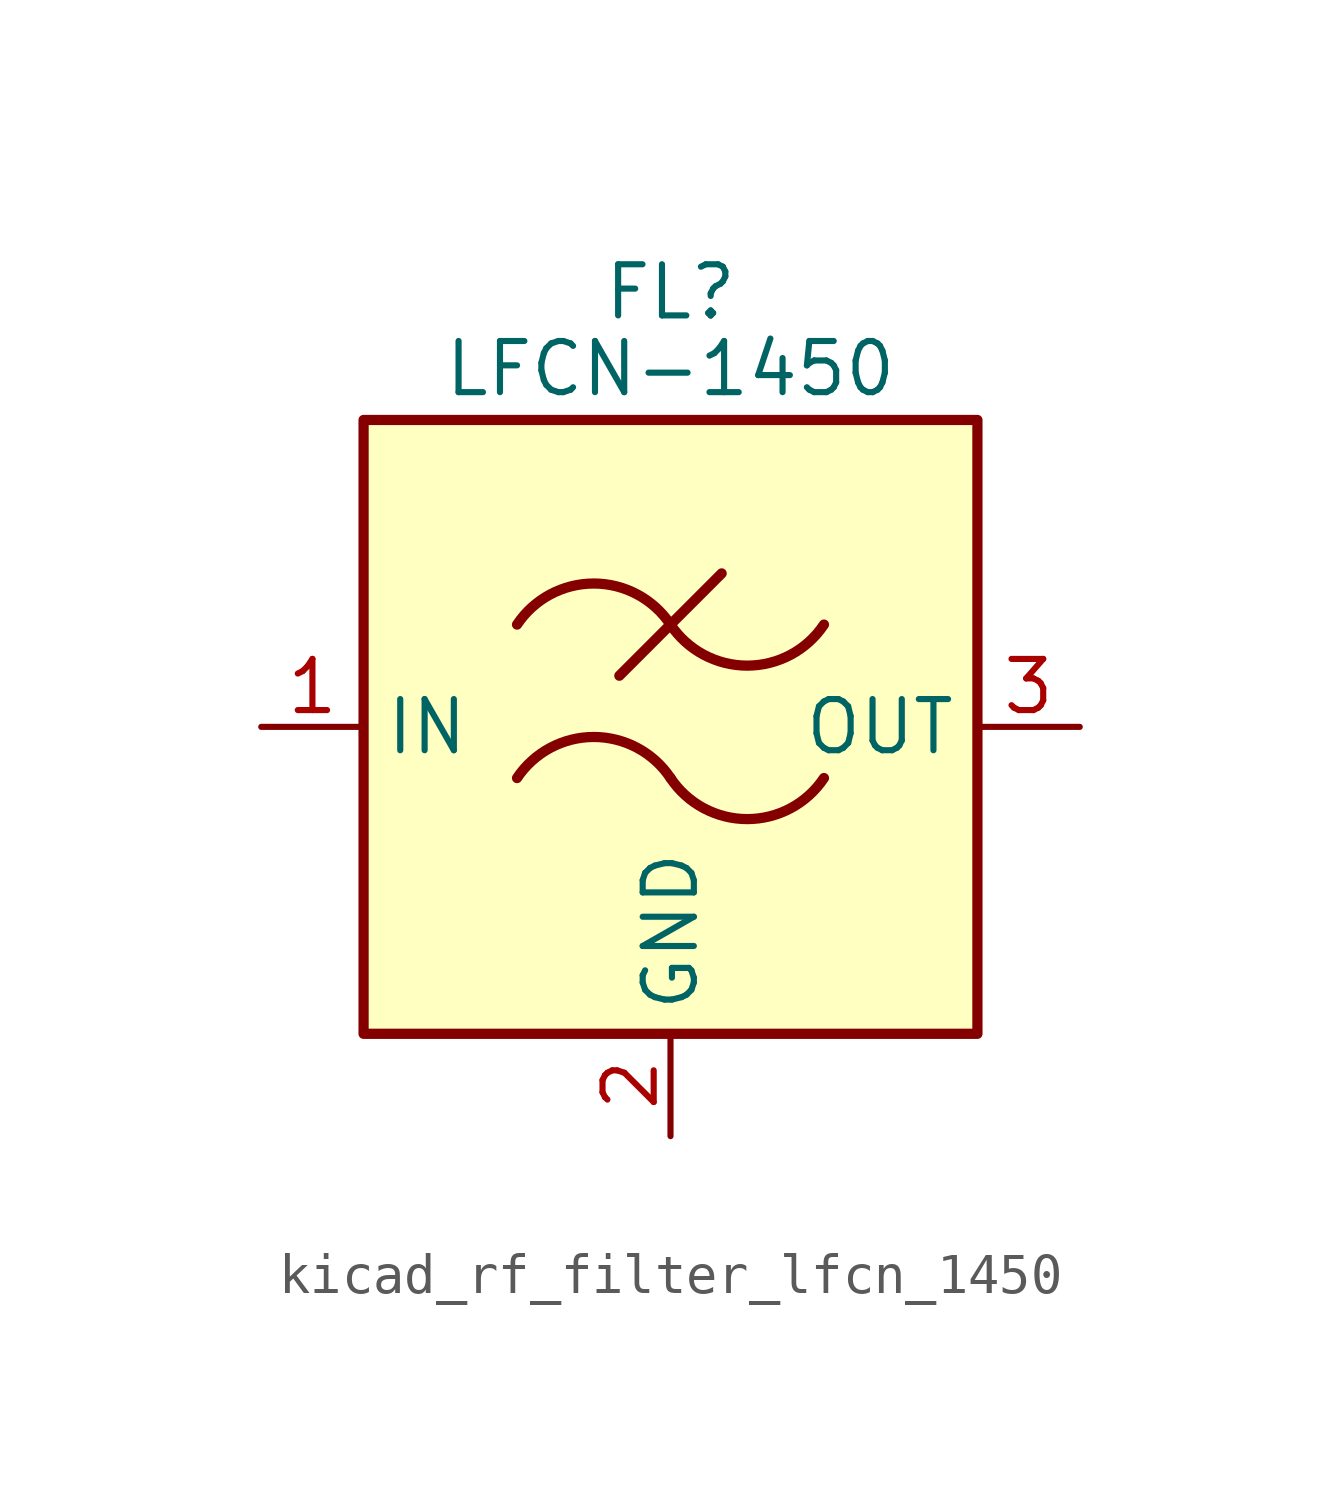
<source format=kicad_sym>
(kicad_symbol_lib
  (version 20220914)
  (generator kicad_symbol_editor)
  (symbol "kicad_rf_filter_lfcn_1450"
    (property "Reference" "FL"
      (at 0 10.795 0)
      (effects (font (size 1.27 1.27))))
    (property "Value" "LFCN-1450"
      (at 0 8.89 0)
      (effects (font (size 1.27 1.27))))
    (symbol "kicad_rf_filter_lfcn_1450_0_1"
      (rectangle (start -7.62 7.62) (end 7.62 -7.62) (stroke (width 0.254) (type default)) (fill (type background)))
      (arc (start 0 -1.27) (mid -1.905 -0.2505) (end -3.81 -1.27) (stroke (width 0.254) (type default)) (fill (type none)))
      (arc (start 0 -1.27) (mid 1.905 -2.2895) (end 3.81 -1.27) (stroke (width 0.254) (type default)) (fill (type none)))
      (polyline (pts (xy -1.27 1.27) (xy 1.27 3.81)) (stroke (width 0.254) (type default)) (fill (type none)))
      (arc (start 0 2.54) (mid -1.905 3.5595) (end -3.81 2.54) (stroke (width 0.254) (type default)) (fill (type none)))
      (arc (start 0 2.54) (mid 1.905 1.5205) (end 3.81 2.54) (stroke (width 0.254) (type default)) (fill (type none))))
    (symbol "kicad_rf_filter_lfcn_1450_1_1"
      (pin passive line (at -10.16 0 0) (length 2.54) (name "IN" (effects (font (size 1.27 1.27)))) (number "1" (effects (font (size 1.27 1.27)))))
      (pin passive line (at 0 -10.16 90) (length 2.54) (name "GND" (effects (font (size 1.27 1.27)))) (number "2" (effects (font (size 1.27 1.27)))))
      (pin passive line (at 10.16 0 180) (length 2.54) (name "OUT" (effects (font (size 1.27 1.27)))) (number "3" (effects (font (size 1.27 1.27)))))
      (pin passive line (at 0 -10.16 90) (length 2.54) hide (name "GND" (effects (font (size 1.27 1.27)))) (number "4" (effects (font (size 1.27 1.27))))))))
</source>
